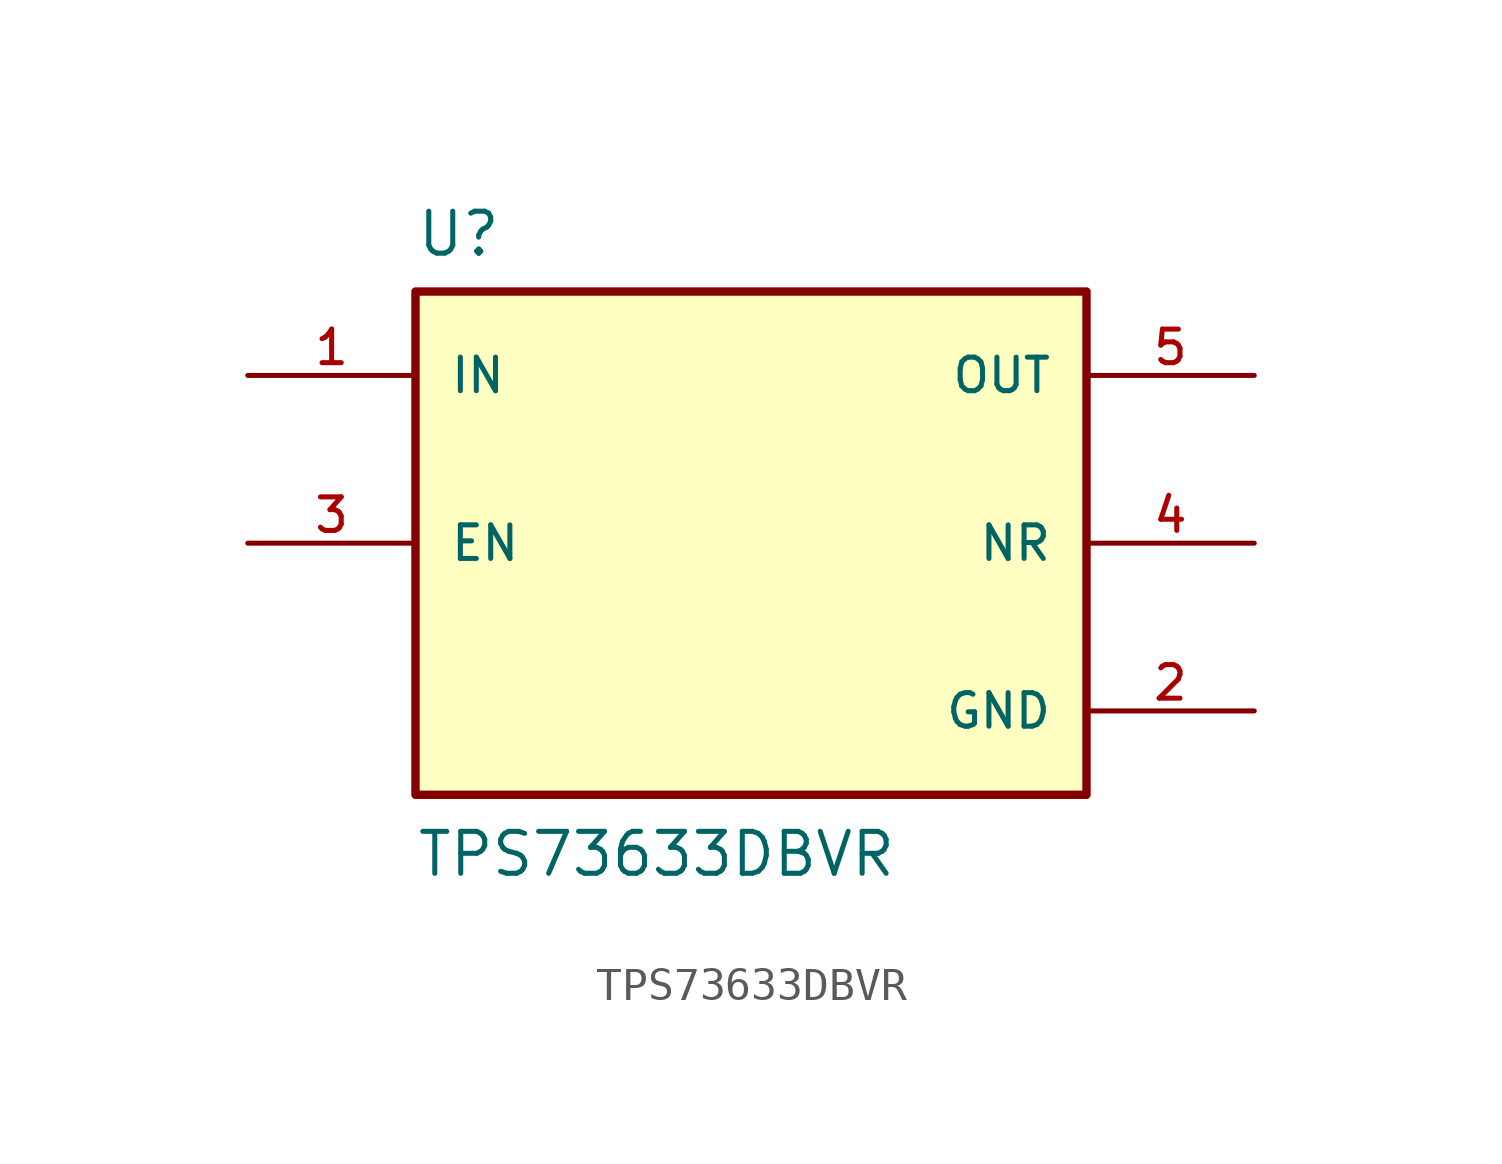
<source format=kicad_sym>
(kicad_symbol_lib
  (version 20211014)
  (generator kicad_symbol_editor)
  (symbol "TPS73633DBVR"
    (pin_names
      (offset 1.016))
    (property "Reference" "U"
      (at -10.16 8.62 0.0)
      (effects (font (size 1.27 1.27)) (justify bottom left)))
    (property "Value" "TPS73633DBVR"
      (at -10.16 -10.16 0.0)
      (effects (font (size 1.27 1.27)) (justify bottom left)))
    (symbol "TPS73633DBVR_0_0"
      (rectangle (start -10.16 -7.62) (end 10.16 7.62) (stroke (width 0.254)) (fill (type background)))
      (pin input line (at -15.24 5.08 0) (length 5.08) (name "IN" (effects (font (size 1.016 1.016)))) (number "1" (effects (font (size 1.016 1.016)))))
      (pin input line (at -15.24 0.0 0) (length 5.08) (name "EN" (effects (font (size 1.016 1.016)))) (number "3" (effects (font (size 1.016 1.016)))))
      (pin passive line (at 15.24 0.0 180.0) (length 5.08) (name "NR" (effects (font (size 1.016 1.016)))) (number "4" (effects (font (size 1.016 1.016)))))
      (pin output line (at 15.24 5.08 180.0) (length 5.08) (name "OUT" (effects (font (size 1.016 1.016)))) (number "5" (effects (font (size 1.016 1.016)))))
      (pin power_in line (at 15.24 -5.08 180.0) (length 5.08) (name "GND" (effects (font (size 1.016 1.016)))) (number "2" (effects (font (size 1.016 1.016))))))))
</source>
